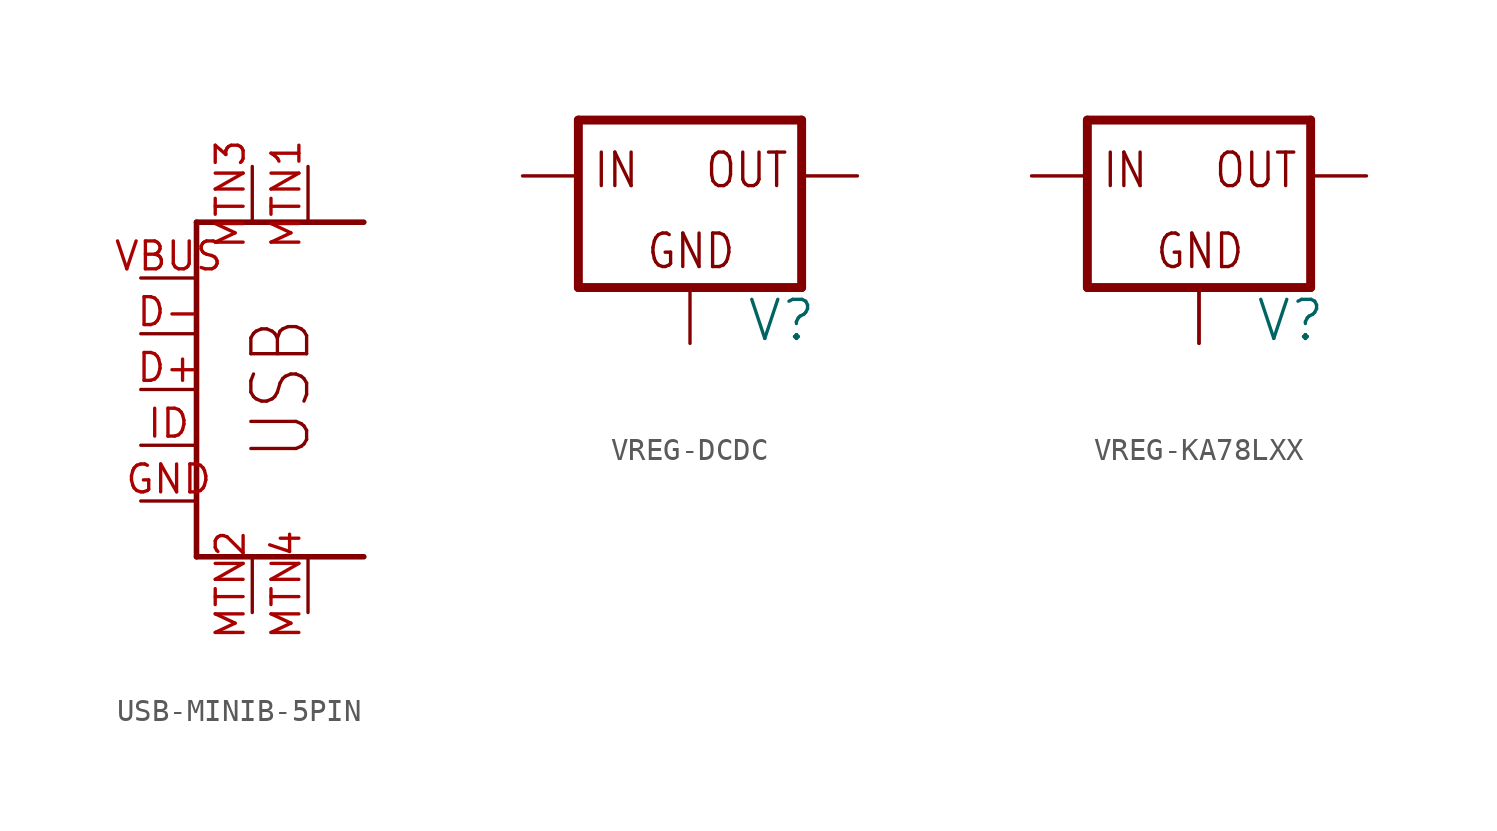
<source format=kicad_sym>
(kicad_symbol_lib
  (version 20231120)
  (generator "kicad_symbol_editor")
  (generator_version "8.0")
  (symbol "USB-MINIB-5PIN"
    (property "Reference" ""
      (at 0 0 0)
      (effects (font (size 1.27 1.27)) (hide yes)))
    (property "ki_locked" ""
      (at 0 0 0)
      (effects (font (size 1.27 1.27))))
    (symbol "USB-MINIB-5PIN_1_0"
      (polyline (pts (xy 0 -2.54) (xy 7.62 -2.54)) (stroke (width 0.254) (type solid)) (fill (type none)))
      (polyline (pts (xy 0 12.7) (xy 0 -2.54)) (stroke (width 0.254) (type solid)) (fill (type none)))
      (polyline (pts (xy 7.62 12.7) (xy 0 12.7)) (stroke (width 0.254) (type solid)) (fill (type none)))
      (text "USB" (at 5.334 1.778 900) (effects (font (size 2.54 2.159)) (justify left bottom)))
      (pin bidirectional line (at -2.54 5.08 0) (length 2.54) (name "D+" (effects (font (size 0 0)))) (number "D+" (effects (font (size 1.27 1.27)))))
      (pin bidirectional line (at -2.54 7.62 0) (length 2.54) (name "D-" (effects (font (size 0 0)))) (number "D-" (effects (font (size 1.27 1.27)))))
      (pin bidirectional line (at -2.54 0 0) (length 2.54) (name "GND" (effects (font (size 0 0)))) (number "GND" (effects (font (size 1.27 1.27)))))
      (pin bidirectional line (at -2.54 2.54 0) (length 2.54) (name "ID" (effects (font (size 0 0)))) (number "ID" (effects (font (size 1.27 1.27)))))
      (pin bidirectional line (at 5.08 15.24 270) (length 2.54) (name "MTN2" (effects (font (size 0 0)))) (number "MTN1" (effects (font (size 1.27 1.27)))))
      (pin bidirectional line (at 2.54 -5.08 90) (length 2.54) (name "MTN3" (effects (font (size 0 0)))) (number "MTN2" (effects (font (size 1.27 1.27)))))
      (pin bidirectional line (at 2.54 15.24 270) (length 2.54) (name "MTN1" (effects (font (size 0 0)))) (number "MTN3" (effects (font (size 1.27 1.27)))))
      (pin bidirectional line (at 5.08 -5.08 90) (length 2.54) (name "MTN4" (effects (font (size 0 0)))) (number "MTN4" (effects (font (size 1.27 1.27)))))
      (pin bidirectional line (at -2.54 10.16 0) (length 2.54) (name "VBUS" (effects (font (size 0 0)))) (number "VBUS" (effects (font (size 1.27 1.27)))))))
  (symbol "VREG-DCDC"
    (property "Reference" "V"
      (at 2.54 -5.08 0)
      (effects (font (size 1.778 1.778)) (justify left bottom)))
    (property "Value" ""
      (at 2.54 -7.62 0)
      (effects (font (size 1.778 1.778)) (justify left bottom)))
    (property "ki_locked" ""
      (at 0 0 0)
      (effects (font (size 1.27 1.27))))
    (symbol "VREG-DCDC_1_0"
      (polyline (pts (xy -5.08 -2.54) (xy 5.08 -2.54)) (stroke (width 0.406) (type solid)) (fill (type none)))
      (polyline (pts (xy -5.08 5.08) (xy -5.08 -2.54)) (stroke (width 0.406) (type solid)) (fill (type none)))
      (polyline (pts (xy 5.08 -2.54) (xy 5.08 5.08)) (stroke (width 0.406) (type solid)) (fill (type none)))
      (polyline (pts (xy 5.08 5.08) (xy -5.08 5.08)) (stroke (width 0.406) (type solid)) (fill (type none)))
      (text "GND" (at -2.032 -1.778 0) (effects (font (size 1.524 1.295)) (justify left bottom)))
      (text "IN" (at -4.445 1.905 0) (effects (font (size 1.524 1.295)) (justify left bottom)))
      (text "OUT" (at 0.635 1.905 0) (effects (font (size 1.524 1.295)) (justify left bottom)))
      (pin input line (at -7.62 2.54 0) (length 2.54) (name "IN" (effects (font (size 0 0)))) (number "P$1" (effects (font (size 0 0)))))
      (pin input line (at 0 -5.08 90) (length 2.54) (name "GND" (effects (font (size 0 0)))) (number "P$2" (effects (font (size 0 0)))))
      (pin passive line (at 7.62 2.54 180) (length 2.54) (name "OUT" (effects (font (size 0 0)))) (number "P$3" (effects (font (size 0 0)))))))
  (symbol "VREG-KA78LXX"
    (property "Reference" "V"
      (at 2.54 -5.08 0)
      (effects (font (size 1.778 1.778)) (justify left bottom)))
    (property "Value" ""
      (at 2.54 -7.62 0)
      (effects (font (size 1.778 1.778)) (justify left bottom)))
    (property "ki_locked" ""
      (at 0 0 0)
      (effects (font (size 1.27 1.27))))
    (symbol "VREG-KA78LXX_1_0"
      (polyline (pts (xy -5.08 -2.54) (xy 5.08 -2.54)) (stroke (width 0.406) (type solid)) (fill (type none)))
      (polyline (pts (xy -5.08 5.08) (xy -5.08 -2.54)) (stroke (width 0.406) (type solid)) (fill (type none)))
      (polyline (pts (xy 5.08 -2.54) (xy 5.08 5.08)) (stroke (width 0.406) (type solid)) (fill (type none)))
      (polyline (pts (xy 5.08 5.08) (xy -5.08 5.08)) (stroke (width 0.406) (type solid)) (fill (type none)))
      (text "GND" (at -2.032 -1.778 0) (effects (font (size 1.524 1.295)) (justify left bottom)))
      (text "IN" (at -4.445 1.905 0) (effects (font (size 1.524 1.295)) (justify left bottom)))
      (text "OUT" (at 0.635 1.905 0) (effects (font (size 1.524 1.295)) (justify left bottom)))
      (pin passive line (at 7.62 2.54 180) (length 2.54) (name "OUT" (effects (font (size 0 0)))) (number "1" (effects (font (size 0 0)))))
      (pin input line (at 0 -5.08 90) (length 2.54) (name "GND" (effects (font (size 0 0)))) (number "2A" (effects (font (size 0 0)))))
      (pin input line (at 0 -5.08 90) (length 2.54) (name "GND" (effects (font (size 0 0)))) (number "2B" (effects (font (size 0 0)))))
      (pin input line (at -7.62 2.54 0) (length 2.54) (name "IN" (effects (font (size 0 0)))) (number "3" (effects (font (size 0 0))))))))
</source>
